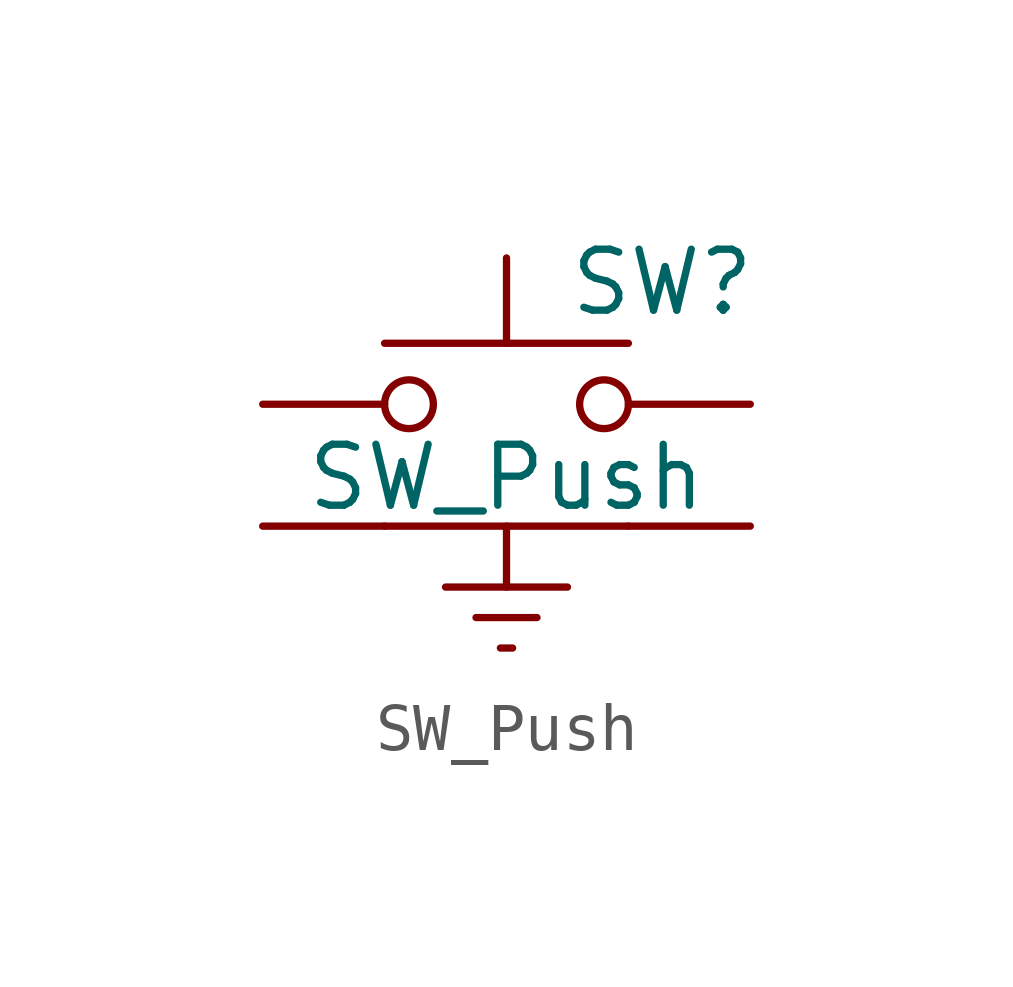
<source format=kicad_sym>
(kicad_symbol_lib
  (version 20241209)
  (generator "kicad_symbol_editor")
  (generator_version "9.0")
  (symbol "SW_Push"
    (pin_numbers
      (hide yes))
    (pin_names
      (offset 1.016)
      (hide yes))
    (property "Reference" "SW"
      (at 1.27 2.54 0)
      (effects (font (size 1.27 1.27)) (justify left)))
    (property "Value" "SW_Push"
      (at 0 -1.524 0)
      (effects (font (size 1.27 1.27))))
    (symbol "SW_Push_0_1"
      (polyline (pts (xy -2.54 -2.54) (xy 2.54 -2.54)) (stroke (width 0) (type default)) (fill (type none)))
      (circle (center -2.032 0) (radius 0.508) (stroke (width 0) (type default)) (fill (type none)))
      (polyline (pts (xy -0.635 -4.445) (xy 0.635 -4.445)) (stroke (width 0) (type default)) (fill (type none)))
      (polyline (pts (xy -0.127 -5.08) (xy 0.127 -5.08)) (stroke (width 0) (type default)) (fill (type none)))
      (polyline (pts (xy 0 1.27) (xy 0 3.048)) (stroke (width 0) (type default)) (fill (type none)))
      (polyline (pts (xy 0 -3.81) (xy 0 -2.54)) (stroke (width 0) (type default)) (fill (type none)))
      (polyline (pts (xy 1.27 -3.81) (xy -1.27 -3.81)) (stroke (width 0) (type default)) (fill (type none)))
      (circle (center 2.032 0) (radius 0.508) (stroke (width 0) (type default)) (fill (type none)))
      (polyline (pts (xy 2.54 1.27) (xy -2.54 1.27)) (stroke (width 0) (type default)) (fill (type none)))
      (pin passive line (at -5.08 0 0) (length 2.54) (name "1" (effects (font (size 1.27 1.27)))) (number "1" (effects (font (size 1.27 1.27)))))
      (pin passive line (at 5.08 0 180) (length 2.54) (name "2" (effects (font (size 1.27 1.27)))) (number "2" (effects (font (size 1.27 1.27))))))
    (symbol "SW_Push_1_1"
      (pin passive line (at -5.08 -2.54 0) (length 2.54) (name "4" (effects (font (size 1.27 1.27)))) (number "4" (effects (font (size 1.27 1.27)))))
      (pin passive line (at 5.08 -2.54 180) (length 2.54) (name "3" (effects (font (size 1.27 1.27)))) (number "3" (effects (font (size 1.27 1.27))))))))
</source>
